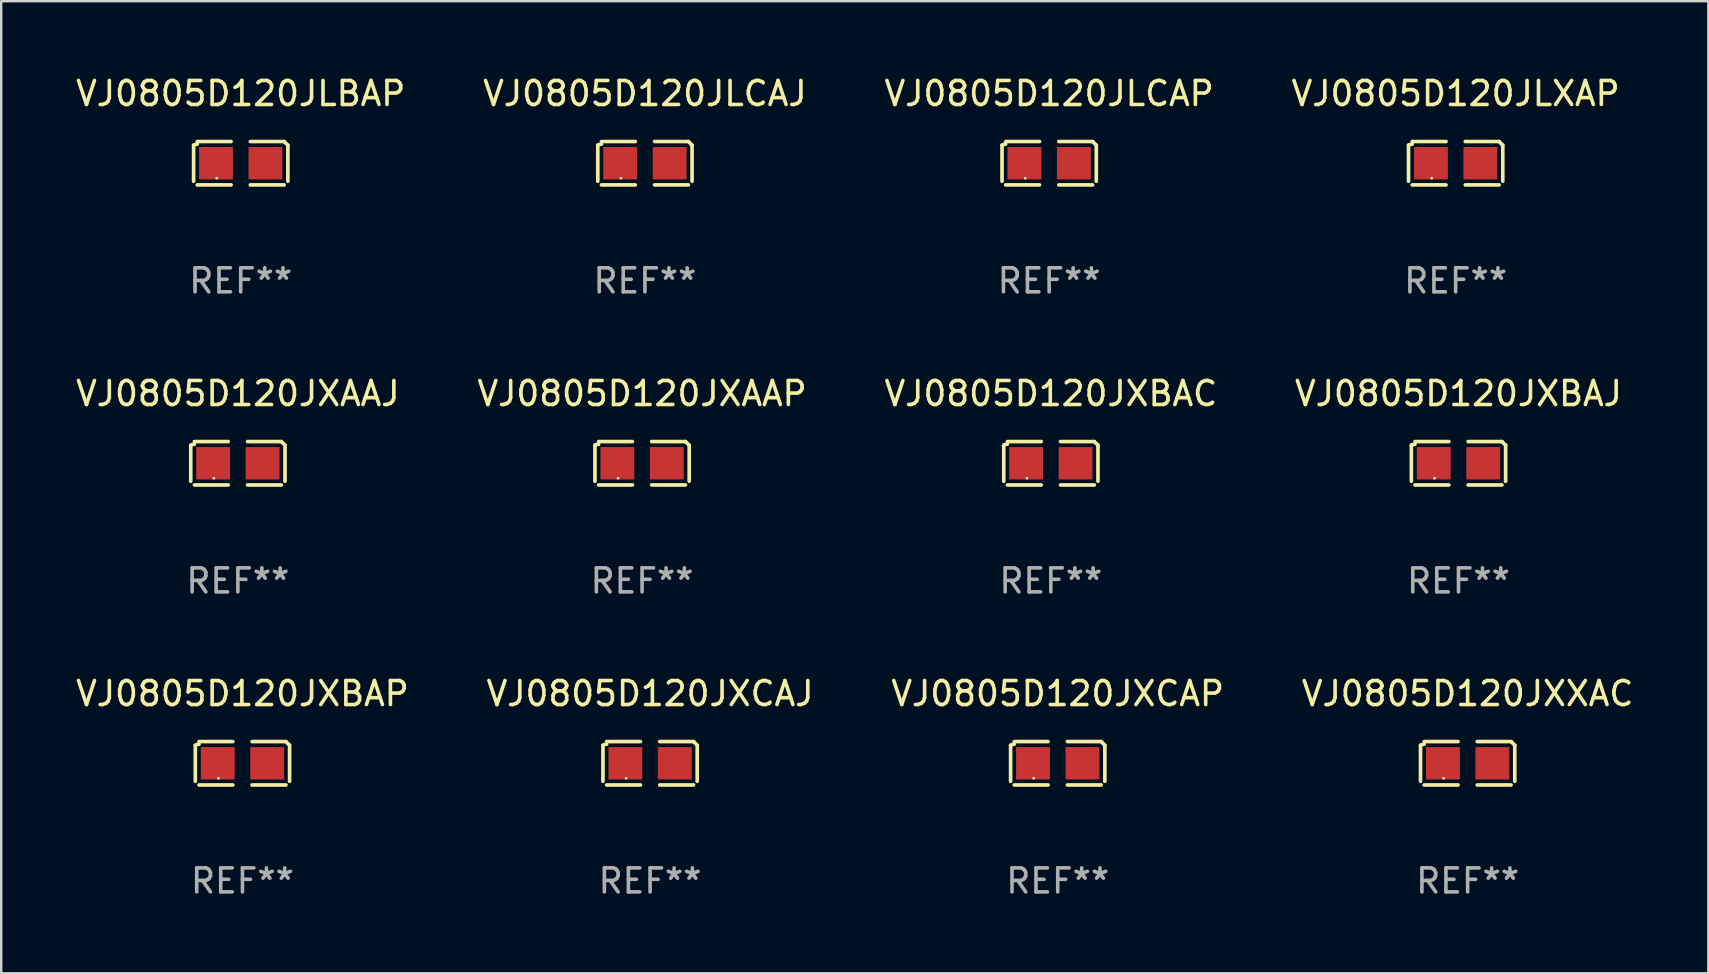
<source format=kicad_pcb>
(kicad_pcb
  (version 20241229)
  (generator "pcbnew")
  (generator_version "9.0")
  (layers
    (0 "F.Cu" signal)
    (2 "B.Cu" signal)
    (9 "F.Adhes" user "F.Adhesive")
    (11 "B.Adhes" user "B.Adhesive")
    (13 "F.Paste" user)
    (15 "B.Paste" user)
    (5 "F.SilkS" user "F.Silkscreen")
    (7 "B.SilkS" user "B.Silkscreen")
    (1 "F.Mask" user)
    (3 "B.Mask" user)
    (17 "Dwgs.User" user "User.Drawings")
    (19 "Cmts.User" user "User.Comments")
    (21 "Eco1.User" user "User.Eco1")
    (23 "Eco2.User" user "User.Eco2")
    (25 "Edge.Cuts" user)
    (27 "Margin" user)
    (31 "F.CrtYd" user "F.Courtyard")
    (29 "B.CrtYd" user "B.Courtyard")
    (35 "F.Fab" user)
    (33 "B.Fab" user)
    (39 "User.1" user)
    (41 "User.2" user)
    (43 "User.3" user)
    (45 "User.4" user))
  (footprint "VJ0805D120JXBAJ"
    (layer "F.Cu")
    (at 57.732 16.256)
    (property "Reference" "VJ0805D120JXBAJ" (at 0 -2.904 0) (layer "F.SilkS") (effects (font (size 1 1) (thickness 0.15))))
    (attr through_hole)
    (fp_line (start -1.964 0.751) (end -1.964 -0.751) (stroke (width 0.152) (type solid)) (layer "F.SilkS"))
    (fp_line (start -1.811 -0.904) (end -0.401 -0.904) (stroke (width 0.152) (type solid)) (layer "F.SilkS"))
    (fp_line (start -0.401 0.904) (end -1.811 0.904) (stroke (width 0.152) (type solid)) (layer "F.SilkS"))
    (fp_line (start 0.401 0.904) (end 1.811 0.904) (stroke (width 0.152) (type solid)) (layer "F.SilkS"))
    (fp_line (start 1.811 -0.904) (end 0.401 -0.904) (stroke (width 0.152) (type solid)) (layer "F.SilkS"))
    (fp_line (start 1.964 0.751) (end 1.964 -0.751) (stroke (width 0.152) (type solid)) (layer "F.SilkS"))
    (fp_arc (start -1.963602 -0.751207) (mid -1.890354 -0.783131) (end -1.811201 -0.794044) (stroke (width 0.1524) (type solid)) (layer "F.SilkS"))
    (fp_arc (start 1.811202 -0.903607) (mid 1.887413 -0.827418) (end 1.963602 -0.751207) (stroke (width 0.1524) (type solid)) (layer "F.SilkS"))
    (fp_circle (center -1 0.625) (end -0.97 0.625) (stroke (width 0.06) (type solid)) (fill no) (layer "F.SilkS"))
    (fp_text user "REF**" (at 0 4.904 0) (layer "F.Fab") (effects (font (size 1 1) (thickness 0.15))))
    (pad "1" smd rect (at -1.03 0) (size 1.41 1.35) (layers "F.Cu" "F.Mask" "F.Paste"))
    (pad "2" smd rect (at 1.03 0) (size 1.41 1.35) (layers "F.Cu" "F.Mask" "F.Paste")))
  (footprint "VJ0805D120JLCAP"
    (layer "F.Cu")
    (at 40.673 3.752)
    (property "Reference" "VJ0805D120JLCAP" (at 0 -2.904 0) (layer "F.SilkS") (effects (font (size 1 1) (thickness 0.15))))
    (attr through_hole)
    (fp_line (start -1.964 0.751) (end -1.964 -0.751) (stroke (width 0.152) (type solid)) (layer "F.SilkS"))
    (fp_line (start -1.811 -0.904) (end -0.401 -0.904) (stroke (width 0.152) (type solid)) (layer "F.SilkS"))
    (fp_line (start -0.401 0.904) (end -1.811 0.904) (stroke (width 0.152) (type solid)) (layer "F.SilkS"))
    (fp_line (start 0.401 0.904) (end 1.811 0.904) (stroke (width 0.152) (type solid)) (layer "F.SilkS"))
    (fp_line (start 1.811 -0.904) (end 0.401 -0.904) (stroke (width 0.152) (type solid)) (layer "F.SilkS"))
    (fp_line (start 1.964 0.751) (end 1.964 -0.751) (stroke (width 0.152) (type solid)) (layer "F.SilkS"))
    (fp_arc (start -1.963602 -0.751207) (mid -1.890354 -0.783131) (end -1.811201 -0.794044) (stroke (width 0.1524) (type solid)) (layer "F.SilkS"))
    (fp_arc (start 1.811202 -0.903607) (mid 1.887413 -0.827418) (end 1.963602 -0.751207) (stroke (width 0.1524) (type solid)) (layer "F.SilkS"))
    (fp_circle (center -1 0.625) (end -0.97 0.625) (stroke (width 0.06) (type solid)) (fill no) (layer "F.SilkS"))
    (fp_text user "REF**" (at 0 4.904 0) (layer "F.Fab") (effects (font (size 1 1) (thickness 0.15))))
    (pad "1" smd rect (at -1.03 0) (size 1.41 1.35) (layers "F.Cu" "F.Mask" "F.Paste"))
    (pad "2" smd rect (at 1.03 0) (size 1.41 1.35) (layers "F.Cu" "F.Mask" "F.Paste")))
  (footprint "VJ0805D120JXCAP"
    (layer "F.Cu")
    (at 41.03 28.759)
    (property "Reference" "VJ0805D120JXCAP" (at 0 -2.904 0) (layer "F.SilkS") (effects (font (size 1 1) (thickness 0.15))))
    (attr through_hole)
    (fp_line (start -1.964 0.751) (end -1.964 -0.751) (stroke (width 0.152) (type solid)) (layer "F.SilkS"))
    (fp_line (start -1.811 -0.904) (end -0.401 -0.904) (stroke (width 0.152) (type solid)) (layer "F.SilkS"))
    (fp_line (start -0.401 0.904) (end -1.811 0.904) (stroke (width 0.152) (type solid)) (layer "F.SilkS"))
    (fp_line (start 0.401 0.904) (end 1.811 0.904) (stroke (width 0.152) (type solid)) (layer "F.SilkS"))
    (fp_line (start 1.811 -0.904) (end 0.401 -0.904) (stroke (width 0.152) (type solid)) (layer "F.SilkS"))
    (fp_line (start 1.964 0.751) (end 1.964 -0.751) (stroke (width 0.152) (type solid)) (layer "F.SilkS"))
    (fp_arc (start -1.963602 -0.751207) (mid -1.890354 -0.783131) (end -1.811201 -0.794044) (stroke (width 0.1524) (type solid)) (layer "F.SilkS"))
    (fp_arc (start 1.811202 -0.903607) (mid 1.887413 -0.827418) (end 1.963602 -0.751207) (stroke (width 0.1524) (type solid)) (layer "F.SilkS"))
    (fp_circle (center -1 0.625) (end -0.97 0.625) (stroke (width 0.06) (type solid)) (fill no) (layer "F.SilkS"))
    (fp_text user "REF**" (at 0 4.904 0) (layer "F.Fab") (effects (font (size 1 1) (thickness 0.15))))
    (pad "1" smd rect (at -1.03 0) (size 1.41 1.35) (layers "F.Cu" "F.Mask" "F.Paste"))
    (pad "2" smd rect (at 1.03 0) (size 1.41 1.35) (layers "F.Cu" "F.Mask" "F.Paste")))
  (footprint "VJ0805D120JLCAJ"
    (layer "F.Cu")
    (at 23.827 3.752)
    (property "Reference" "VJ0805D120JLCAJ" (at 0 -2.904 0) (layer "F.SilkS") (effects (font (size 1 1) (thickness 0.15))))
    (attr through_hole)
    (fp_line (start -1.964 0.751) (end -1.964 -0.751) (stroke (width 0.152) (type solid)) (layer "F.SilkS"))
    (fp_line (start -1.811 -0.904) (end -0.401 -0.904) (stroke (width 0.152) (type solid)) (layer "F.SilkS"))
    (fp_line (start -0.401 0.904) (end -1.811 0.904) (stroke (width 0.152) (type solid)) (layer "F.SilkS"))
    (fp_line (start 0.401 0.904) (end 1.811 0.904) (stroke (width 0.152) (type solid)) (layer "F.SilkS"))
    (fp_line (start 1.811 -0.904) (end 0.401 -0.904) (stroke (width 0.152) (type solid)) (layer "F.SilkS"))
    (fp_line (start 1.964 0.751) (end 1.964 -0.751) (stroke (width 0.152) (type solid)) (layer "F.SilkS"))
    (fp_arc (start -1.963602 -0.751207) (mid -1.890354 -0.783131) (end -1.811201 -0.794044) (stroke (width 0.1524) (type solid)) (layer "F.SilkS"))
    (fp_arc (start 1.811202 -0.903607) (mid 1.887413 -0.827418) (end 1.963602 -0.751207) (stroke (width 0.1524) (type solid)) (layer "F.SilkS"))
    (fp_circle (center -1 0.625) (end -0.97 0.625) (stroke (width 0.06) (type solid)) (fill no) (layer "F.SilkS"))
    (fp_text user "REF**" (at 0 4.904 0) (layer "F.Fab") (effects (font (size 1 1) (thickness 0.15))))
    (pad "1" smd rect (at -1.03 0) (size 1.41 1.35) (layers "F.Cu" "F.Mask" "F.Paste"))
    (pad "2" smd rect (at 1.03 0) (size 1.41 1.35) (layers "F.Cu" "F.Mask" "F.Paste")))
  (footprint "VJ0805D120JXCAJ"
    (layer "F.Cu")
    (at 24.042 28.759)
    (property "Reference" "VJ0805D120JXCAJ" (at 0 -2.904 0) (layer "F.SilkS") (effects (font (size 1 1) (thickness 0.15))))
    (attr through_hole)
    (fp_line (start -1.964 0.751) (end -1.964 -0.751) (stroke (width 0.152) (type solid)) (layer "F.SilkS"))
    (fp_line (start -1.811 -0.904) (end -0.401 -0.904) (stroke (width 0.152) (type solid)) (layer "F.SilkS"))
    (fp_line (start -0.401 0.904) (end -1.811 0.904) (stroke (width 0.152) (type solid)) (layer "F.SilkS"))
    (fp_line (start 0.401 0.904) (end 1.811 0.904) (stroke (width 0.152) (type solid)) (layer "F.SilkS"))
    (fp_line (start 1.811 -0.904) (end 0.401 -0.904) (stroke (width 0.152) (type solid)) (layer "F.SilkS"))
    (fp_line (start 1.964 0.751) (end 1.964 -0.751) (stroke (width 0.152) (type solid)) (layer "F.SilkS"))
    (fp_arc (start -1.963602 -0.751207) (mid -1.890354 -0.783131) (end -1.811201 -0.794044) (stroke (width 0.1524) (type solid)) (layer "F.SilkS"))
    (fp_arc (start 1.811202 -0.903607) (mid 1.887413 -0.827418) (end 1.963602 -0.751207) (stroke (width 0.1524) (type solid)) (layer "F.SilkS"))
    (fp_circle (center -1 0.625) (end -0.97 0.625) (stroke (width 0.06) (type solid)) (fill no) (layer "F.SilkS"))
    (fp_text user "REF**" (at 0 4.904 0) (layer "F.Fab") (effects (font (size 1 1) (thickness 0.15))))
    (pad "1" smd rect (at -1.03 0) (size 1.41 1.35) (layers "F.Cu" "F.Mask" "F.Paste"))
    (pad "2" smd rect (at 1.03 0) (size 1.41 1.35) (layers "F.Cu" "F.Mask" "F.Paste")))
  (footprint "VJ0805D120JXBAP"
    (layer "F.Cu")
    (at 7.054 28.759)
    (property "Reference" "VJ0805D120JXBAP" (at 0 -2.904 0) (layer "F.SilkS") (effects (font (size 1 1) (thickness 0.15))))
    (attr through_hole)
    (fp_line (start -1.964 0.751) (end -1.964 -0.751) (stroke (width 0.152) (type solid)) (layer "F.SilkS"))
    (fp_line (start -1.811 -0.904) (end -0.401 -0.904) (stroke (width 0.152) (type solid)) (layer "F.SilkS"))
    (fp_line (start -0.401 0.904) (end -1.811 0.904) (stroke (width 0.152) (type solid)) (layer "F.SilkS"))
    (fp_line (start 0.401 0.904) (end 1.811 0.904) (stroke (width 0.152) (type solid)) (layer "F.SilkS"))
    (fp_line (start 1.811 -0.904) (end 0.401 -0.904) (stroke (width 0.152) (type solid)) (layer "F.SilkS"))
    (fp_line (start 1.964 0.751) (end 1.964 -0.751) (stroke (width 0.152) (type solid)) (layer "F.SilkS"))
    (fp_arc (start -1.963602 -0.751207) (mid -1.890354 -0.783131) (end -1.811201 -0.794044) (stroke (width 0.1524) (type solid)) (layer "F.SilkS"))
    (fp_arc (start 1.811202 -0.903607) (mid 1.887413 -0.827418) (end 1.963602 -0.751207) (stroke (width 0.1524) (type solid)) (layer "F.SilkS"))
    (fp_circle (center -1 0.625) (end -0.97 0.625) (stroke (width 0.06) (type solid)) (fill no) (layer "F.SilkS"))
    (fp_text user "REF**" (at 0 4.904 0) (layer "F.Fab") (effects (font (size 1 1) (thickness 0.15))))
    (pad "1" smd rect (at -1.03 0) (size 1.41 1.35) (layers "F.Cu" "F.Mask" "F.Paste"))
    (pad "2" smd rect (at 1.03 0) (size 1.41 1.35) (layers "F.Cu" "F.Mask" "F.Paste")))
  (footprint "VJ0805D120JLXAP"
    (layer "F.Cu")
    (at 57.613 3.752)
    (property "Reference" "VJ0805D120JLXAP" (at 0 -2.904 0) (layer "F.SilkS") (effects (font (size 1 1) (thickness 0.15))))
    (attr through_hole)
    (fp_line (start -1.964 0.751) (end -1.964 -0.751) (stroke (width 0.152) (type solid)) (layer "F.SilkS"))
    (fp_line (start -1.811 -0.904) (end -0.401 -0.904) (stroke (width 0.152) (type solid)) (layer "F.SilkS"))
    (fp_line (start -0.401 0.904) (end -1.811 0.904) (stroke (width 0.152) (type solid)) (layer "F.SilkS"))
    (fp_line (start 0.401 0.904) (end 1.811 0.904) (stroke (width 0.152) (type solid)) (layer "F.SilkS"))
    (fp_line (start 1.811 -0.904) (end 0.401 -0.904) (stroke (width 0.152) (type solid)) (layer "F.SilkS"))
    (fp_line (start 1.964 0.751) (end 1.964 -0.751) (stroke (width 0.152) (type solid)) (layer "F.SilkS"))
    (fp_arc (start -1.963602 -0.751207) (mid -1.890354 -0.783131) (end -1.811201 -0.794044) (stroke (width 0.1524) (type solid)) (layer "F.SilkS"))
    (fp_arc (start 1.811202 -0.903607) (mid 1.887413 -0.827418) (end 1.963602 -0.751207) (stroke (width 0.1524) (type solid)) (layer "F.SilkS"))
    (fp_circle (center -1 0.625) (end -0.97 0.625) (stroke (width 0.06) (type solid)) (fill no) (layer "F.SilkS"))
    (fp_text user "REF**" (at 0 4.904 0) (layer "F.Fab") (effects (font (size 1 1) (thickness 0.15))))
    (pad "1" smd rect (at -1.03 0) (size 1.41 1.35) (layers "F.Cu" "F.Mask" "F.Paste"))
    (pad "2" smd rect (at 1.03 0) (size 1.41 1.35) (layers "F.Cu" "F.Mask" "F.Paste")))
  (footprint "VJ0805D120JLBAP"
    (layer "F.Cu")
    (at 6.982 3.752)
    (property "Reference" "VJ0805D120JLBAP" (at 0 -2.904 0) (layer "F.SilkS") (effects (font (size 1 1) (thickness 0.15))))
    (attr through_hole)
    (fp_line (start -1.964 0.751) (end -1.964 -0.751) (stroke (width 0.152) (type solid)) (layer "F.SilkS"))
    (fp_line (start -1.811 -0.904) (end -0.401 -0.904) (stroke (width 0.152) (type solid)) (layer "F.SilkS"))
    (fp_line (start -0.401 0.904) (end -1.811 0.904) (stroke (width 0.152) (type solid)) (layer "F.SilkS"))
    (fp_line (start 0.401 0.904) (end 1.811 0.904) (stroke (width 0.152) (type solid)) (layer "F.SilkS"))
    (fp_line (start 1.811 -0.904) (end 0.401 -0.904) (stroke (width 0.152) (type solid)) (layer "F.SilkS"))
    (fp_line (start 1.964 0.751) (end 1.964 -0.751) (stroke (width 0.152) (type solid)) (layer "F.SilkS"))
    (fp_arc (start -1.963602 -0.751207) (mid -1.890354 -0.783131) (end -1.811201 -0.794044) (stroke (width 0.1524) (type solid)) (layer "F.SilkS"))
    (fp_arc (start 1.811202 -0.903607) (mid 1.887413 -0.827418) (end 1.963602 -0.751207) (stroke (width 0.1524) (type solid)) (layer "F.SilkS"))
    (fp_circle (center -1 0.625) (end -0.97 0.625) (stroke (width 0.06) (type solid)) (fill no) (layer "F.SilkS"))
    (fp_text user "REF**" (at 0 4.904 0) (layer "F.Fab") (effects (font (size 1 1) (thickness 0.15))))
    (pad "1" smd rect (at -1.03 0) (size 1.41 1.35) (layers "F.Cu" "F.Mask" "F.Paste"))
    (pad "2" smd rect (at 1.03 0) (size 1.41 1.35) (layers "F.Cu" "F.Mask" "F.Paste")))
  (footprint "VJ0805D120JXBAC"
    (layer "F.Cu")
    (at 40.744 16.256)
    (property "Reference" "VJ0805D120JXBAC" (at 0 -2.904 0) (layer "F.SilkS") (effects (font (size 1 1) (thickness 0.15))))
    (attr through_hole)
    (fp_line (start -1.964 0.751) (end -1.964 -0.751) (stroke (width 0.152) (type solid)) (layer "F.SilkS"))
    (fp_line (start -1.811 -0.904) (end -0.401 -0.904) (stroke (width 0.152) (type solid)) (layer "F.SilkS"))
    (fp_line (start -0.401 0.904) (end -1.811 0.904) (stroke (width 0.152) (type solid)) (layer "F.SilkS"))
    (fp_line (start 0.401 0.904) (end 1.811 0.904) (stroke (width 0.152) (type solid)) (layer "F.SilkS"))
    (fp_line (start 1.811 -0.904) (end 0.401 -0.904) (stroke (width 0.152) (type solid)) (layer "F.SilkS"))
    (fp_line (start 1.964 0.751) (end 1.964 -0.751) (stroke (width 0.152) (type solid)) (layer "F.SilkS"))
    (fp_arc (start -1.963602 -0.751207) (mid -1.890354 -0.783131) (end -1.811201 -0.794044) (stroke (width 0.1524) (type solid)) (layer "F.SilkS"))
    (fp_arc (start 1.811202 -0.903607) (mid 1.887413 -0.827418) (end 1.963602 -0.751207) (stroke (width 0.1524) (type solid)) (layer "F.SilkS"))
    (fp_circle (center -1 0.625) (end -0.97 0.625) (stroke (width 0.06) (type solid)) (fill no) (layer "F.SilkS"))
    (fp_text user "REF**" (at 0 4.904 0) (layer "F.Fab") (effects (font (size 1 1) (thickness 0.15))))
    (pad "1" smd rect (at -1.03 0) (size 1.41 1.35) (layers "F.Cu" "F.Mask" "F.Paste"))
    (pad "2" smd rect (at 1.03 0) (size 1.41 1.35) (layers "F.Cu" "F.Mask" "F.Paste")))
  (footprint "VJ0805D120JXXAC"
    (layer "F.Cu")
    (at 58.113 28.759)
    (property "Reference" "VJ0805D120JXXAC" (at 0 -2.904 0) (layer "F.SilkS") (effects (font (size 1 1) (thickness 0.15))))
    (attr through_hole)
    (fp_line (start -1.964 0.751) (end -1.964 -0.751) (stroke (width 0.152) (type solid)) (layer "F.SilkS"))
    (fp_line (start -1.811 -0.904) (end -0.401 -0.904) (stroke (width 0.152) (type solid)) (layer "F.SilkS"))
    (fp_line (start -0.401 0.904) (end -1.811 0.904) (stroke (width 0.152) (type solid)) (layer "F.SilkS"))
    (fp_line (start 0.401 0.904) (end 1.811 0.904) (stroke (width 0.152) (type solid)) (layer "F.SilkS"))
    (fp_line (start 1.811 -0.904) (end 0.401 -0.904) (stroke (width 0.152) (type solid)) (layer "F.SilkS"))
    (fp_line (start 1.964 0.751) (end 1.964 -0.751) (stroke (width 0.152) (type solid)) (layer "F.SilkS"))
    (fp_arc (start -1.963602 -0.751207) (mid -1.890354 -0.783131) (end -1.811201 -0.794044) (stroke (width 0.1524) (type solid)) (layer "F.SilkS"))
    (fp_arc (start 1.811202 -0.903607) (mid 1.887413 -0.827418) (end 1.963602 -0.751207) (stroke (width 0.1524) (type solid)) (layer "F.SilkS"))
    (fp_circle (center -1 0.625) (end -0.97 0.625) (stroke (width 0.06) (type solid)) (fill no) (layer "F.SilkS"))
    (fp_text user "REF**" (at 0 4.904 0) (layer "F.Fab") (effects (font (size 1 1) (thickness 0.15))))
    (pad "1" smd rect (at -1.03 0) (size 1.41 1.35) (layers "F.Cu" "F.Mask" "F.Paste"))
    (pad "2" smd rect (at 1.03 0) (size 1.41 1.35) (layers "F.Cu" "F.Mask" "F.Paste")))
  (footprint "VJ0805D120JXAAJ"
    (layer "F.Cu")
    (at 6.863 16.256)
    (property "Reference" "VJ0805D120JXAAJ" (at 0 -2.904 0) (layer "F.SilkS") (effects (font (size 1 1) (thickness 0.15))))
    (attr through_hole)
    (fp_line (start -1.964 0.751) (end -1.964 -0.751) (stroke (width 0.152) (type solid)) (layer "F.SilkS"))
    (fp_line (start -1.811 -0.904) (end -0.401 -0.904) (stroke (width 0.152) (type solid)) (layer "F.SilkS"))
    (fp_line (start -0.401 0.904) (end -1.811 0.904) (stroke (width 0.152) (type solid)) (layer "F.SilkS"))
    (fp_line (start 0.401 0.904) (end 1.811 0.904) (stroke (width 0.152) (type solid)) (layer "F.SilkS"))
    (fp_line (start 1.811 -0.904) (end 0.401 -0.904) (stroke (width 0.152) (type solid)) (layer "F.SilkS"))
    (fp_line (start 1.964 0.751) (end 1.964 -0.751) (stroke (width 0.152) (type solid)) (layer "F.SilkS"))
    (fp_arc (start -1.963602 -0.751207) (mid -1.890354 -0.783131) (end -1.811201 -0.794044) (stroke (width 0.1524) (type solid)) (layer "F.SilkS"))
    (fp_arc (start 1.811202 -0.903607) (mid 1.887413 -0.827418) (end 1.963602 -0.751207) (stroke (width 0.1524) (type solid)) (layer "F.SilkS"))
    (fp_circle (center -1 0.625) (end -0.97 0.625) (stroke (width 0.06) (type solid)) (fill no) (layer "F.SilkS"))
    (fp_text user "REF**" (at 0 4.904 0) (layer "F.Fab") (effects (font (size 1 1) (thickness 0.15))))
    (pad "1" smd rect (at -1.03 0) (size 1.41 1.35) (layers "F.Cu" "F.Mask" "F.Paste"))
    (pad "2" smd rect (at 1.03 0) (size 1.41 1.35) (layers "F.Cu" "F.Mask" "F.Paste")))
  (footprint "VJ0805D120JXAAP"
    (layer "F.Cu")
    (at 23.708 16.256)
    (property "Reference" "VJ0805D120JXAAP" (at 0 -2.904 0) (layer "F.SilkS") (effects (font (size 1 1) (thickness 0.15))))
    (attr through_hole)
    (fp_line (start -1.964 0.751) (end -1.964 -0.751) (stroke (width 0.152) (type solid)) (layer "F.SilkS"))
    (fp_line (start -1.811 -0.904) (end -0.401 -0.904) (stroke (width 0.152) (type solid)) (layer "F.SilkS"))
    (fp_line (start -0.401 0.904) (end -1.811 0.904) (stroke (width 0.152) (type solid)) (layer "F.SilkS"))
    (fp_line (start 0.401 0.904) (end 1.811 0.904) (stroke (width 0.152) (type solid)) (layer "F.SilkS"))
    (fp_line (start 1.811 -0.904) (end 0.401 -0.904) (stroke (width 0.152) (type solid)) (layer "F.SilkS"))
    (fp_line (start 1.964 0.751) (end 1.964 -0.751) (stroke (width 0.152) (type solid)) (layer "F.SilkS"))
    (fp_arc (start -1.963602 -0.751207) (mid -1.890354 -0.783131) (end -1.811201 -0.794044) (stroke (width 0.1524) (type solid)) (layer "F.SilkS"))
    (fp_arc (start 1.811202 -0.903607) (mid 1.887413 -0.827418) (end 1.963602 -0.751207) (stroke (width 0.1524) (type solid)) (layer "F.SilkS"))
    (fp_circle (center -1 0.625) (end -0.97 0.625) (stroke (width 0.06) (type solid)) (fill no) (layer "F.SilkS"))
    (fp_text user "REF**" (at 0 4.904 0) (layer "F.Fab") (effects (font (size 1 1) (thickness 0.15))))
    (pad "1" smd rect (at -1.03 0) (size 1.41 1.35) (layers "F.Cu" "F.Mask" "F.Paste"))
    (pad "2" smd rect (at 1.03 0) (size 1.41 1.35) (layers "F.Cu" "F.Mask" "F.Paste")))
  (gr_rect
    (start -3 -3)
    (end 68.143 37.511)
    (stroke (width 0.1) (type default))
    (fill no)
    (layer "Edge.Cuts")))
</source>
